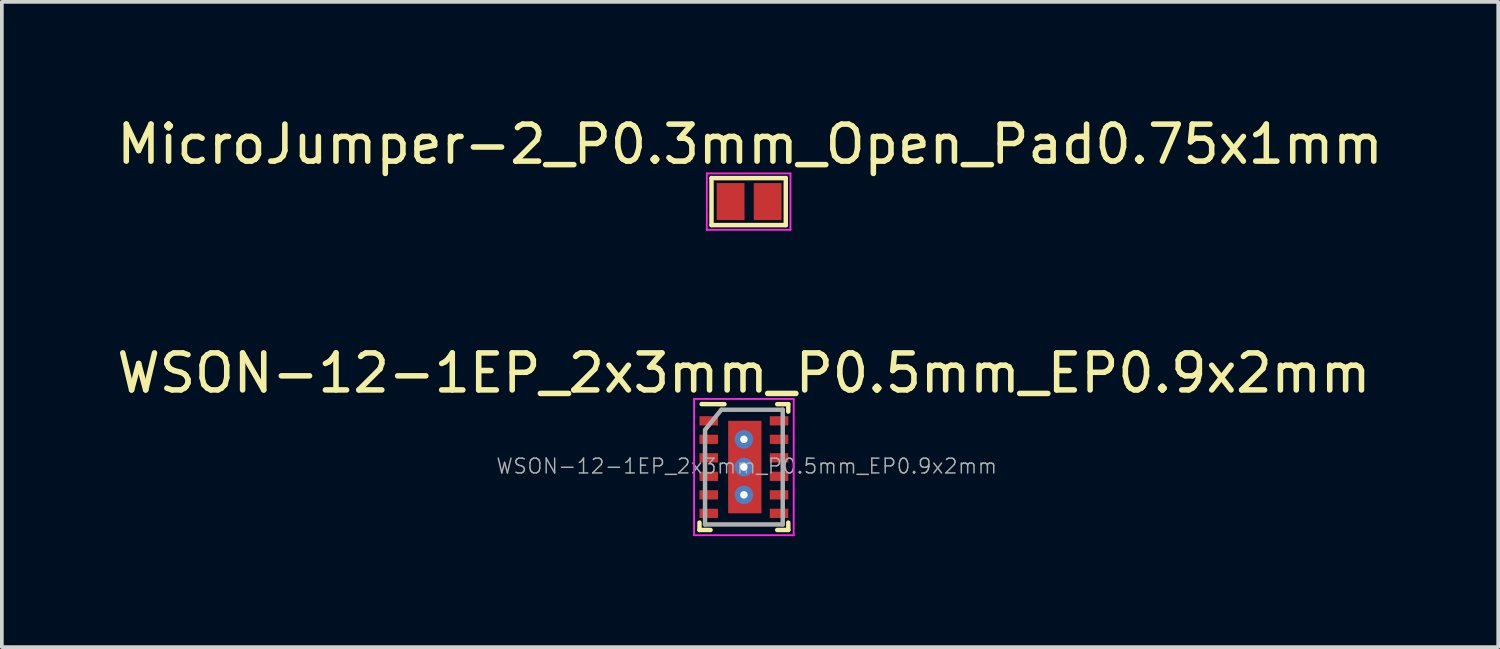
<source format=kicad_pcb>
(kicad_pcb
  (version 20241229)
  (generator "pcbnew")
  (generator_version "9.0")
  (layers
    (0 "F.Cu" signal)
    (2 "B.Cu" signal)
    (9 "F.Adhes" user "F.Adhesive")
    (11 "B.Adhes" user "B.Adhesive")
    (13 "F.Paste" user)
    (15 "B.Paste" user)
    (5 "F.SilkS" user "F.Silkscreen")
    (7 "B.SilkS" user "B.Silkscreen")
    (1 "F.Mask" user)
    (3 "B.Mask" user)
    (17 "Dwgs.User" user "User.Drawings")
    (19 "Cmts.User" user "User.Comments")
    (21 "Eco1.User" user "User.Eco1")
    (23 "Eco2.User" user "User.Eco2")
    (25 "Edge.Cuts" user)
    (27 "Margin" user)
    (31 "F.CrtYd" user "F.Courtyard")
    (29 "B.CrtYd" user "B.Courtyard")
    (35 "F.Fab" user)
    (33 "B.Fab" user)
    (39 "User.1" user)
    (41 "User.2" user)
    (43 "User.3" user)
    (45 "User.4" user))
  (footprint "MicroJumper-2_P0.3mm_Open_Pad0.75x1mm"
    (layer "F.Cu")
    (at 17.195 2.398)
    (property "Reference" "MicroJumper-2_P0.3mm_Open_Pad0.75x1mm" (at 0.025 -1.549 0) (layer "F.SilkS") (effects (font (size 1 1) (thickness 0.15))))
    (attr exclude_from_pos_files exclude_from_bom)
    (fp_line (start -1.016 -0.635) (end 0.991 -0.635) (stroke (width 0.12) (type solid)) (layer "F.SilkS"))
    (fp_line (start -1.016 0.635) (end -1.016 -0.635) (stroke (width 0.12) (type solid)) (layer "F.SilkS"))
    (fp_line (start 0.991 -0.635) (end 0.991 0.635) (stroke (width 0.12) (type solid)) (layer "F.SilkS"))
    (fp_line (start 0.991 0.635) (end -1.016 0.635) (stroke (width 0.12) (type solid)) (layer "F.SilkS"))
    (fp_line (start -1.143 -0.762) (end -1.143 0.762) (stroke (width 0.05) (type solid)) (layer "F.CrtYd"))
    (fp_line (start -1.143 -0.762) (end 1.118 -0.762) (stroke (width 0.05) (type solid)) (layer "F.CrtYd"))
    (fp_line (start 1.118 0.762) (end -1.143 0.762) (stroke (width 0.05) (type solid)) (layer "F.CrtYd"))
    (fp_line (start 1.118 0.762) (end 1.118 -0.762) (stroke (width 0.05) (type solid)) (layer "F.CrtYd"))
    (pad "1" smd rect (at -0.5 0) (size 0.75 1) (layers "F.Cu" "F.Mask"))
    (pad "2" smd rect (at 0.5 0) (size 0.75 1) (layers "F.Cu" "F.Mask")))
  (footprint "WSON-12-1EP_2x3mm_P0.5mm_EP0.9x2mm"
    (layer "F.Cu")
    (at 17.054 9.573)
    (property "Reference" "WSON-12-1EP_2x3mm_P0.5mm_EP0.9x2mm" (at 0 -2.54 0) (layer "F.SilkS") (effects (font (size 1 1) (thickness 0.15))))
    (attr through_hole)
    (fp_line (start -1.2 1.7) (end -1.2 1.5) (stroke (width 0.12) (type solid)) (layer "F.SilkS"))
    (fp_line (start -1.2 1.7) (end -0.9 1.7) (stroke (width 0.12) (type solid)) (layer "F.SilkS"))
    (fp_line (start -1.143 -1.702) (end -0.525 -1.7) (stroke (width 0.12) (type solid)) (layer "F.SilkS"))
    (fp_line (start 0.9 -1.7) (end 1.2 -1.7) (stroke (width 0.12) (type solid)) (layer "F.SilkS"))
    (fp_line (start 0.9 1.7) (end 1.2 1.7) (stroke (width 0.12) (type solid)) (layer "F.SilkS"))
    (fp_line (start 1.2 -1.7) (end 1.2 -1.5) (stroke (width 0.12) (type solid)) (layer "F.SilkS"))
    (fp_line (start 1.2 1.7) (end 1.2 1.5) (stroke (width 0.12) (type solid)) (layer "F.SilkS"))
    (fp_line (start -1.346 -1.841) (end -1.346 1.841) (stroke (width 0.05) (type solid)) (layer "F.CrtYd"))
    (fp_line (start -1.346 -1.841) (end 1.346 -1.841) (stroke (width 0.05) (type solid)) (layer "F.CrtYd"))
    (fp_line (start -1.346 1.841) (end 1.346 1.841) (stroke (width 0.05) (type solid)) (layer "F.CrtYd"))
    (fp_line (start 1.346 -1.841) (end 1.346 1.841) (stroke (width 0.05) (type solid)) (layer "F.CrtYd"))
    (fp_line (start -1.05 1.55) (end -1.05 -1) (stroke (width 0.12) (type solid)) (layer "F.Fab"))
    (fp_line (start -1.05 1.55) (end 1.05 1.55) (stroke (width 0.12) (type solid)) (layer "F.Fab"))
    (fp_line (start -0.61 -1.549) (end -1.041 -1.016) (stroke (width 0.12) (type solid)) (layer "F.Fab"))
    (fp_line (start -0.6 -1.55) (end 1.05 -1.55) (stroke (width 0.12) (type solid)) (layer "F.Fab"))
    (fp_line (start 1.05 1.55) (end 1.05 -1.55) (stroke (width 0.12) (type solid)) (layer "F.Fab"))
    (fp_text user "${REFERENCE}" (at 0.076 -0.025 0) (layer "F.Fab") (effects (font (size 0.4 0.4) (thickness 0.04))))
    (pad "1" smd rect (at -0.95 -1.25 90) (size 0.25 0.5) (layers "F.Cu" "F.Mask" "F.Paste"))
    (pad "2" smd rect (at -0.95 -0.75 90) (size 0.25 0.5) (layers "F.Cu" "F.Mask" "F.Paste"))
    (pad "3" smd rect (at -0.95 -0.25 90) (size 0.25 0.5) (layers "F.Cu" "F.Mask" "F.Paste"))
    (pad "4" smd rect (at -0.95 0.25 90) (size 0.25 0.5) (layers "F.Cu" "F.Mask" "F.Paste"))
    (pad "5" smd rect (at -0.95 0.75 90) (size 0.25 0.5) (layers "F.Cu" "F.Mask" "F.Paste"))
    (pad "6" smd rect (at -0.95 1.25 90) (size 0.25 0.5) (layers "F.Cu" "F.Mask" "F.Paste"))
    (pad "7" smd rect (at 0.95 1.25 90) (size 0.25 0.5) (layers "F.Cu" "F.Mask" "F.Paste"))
    (pad "8" smd rect (at 0.95 0.75 90) (size 0.25 0.5) (layers "F.Cu" "F.Mask" "F.Paste"))
    (pad "9" smd rect (at 0.95 0.25 90) (size 0.25 0.5) (layers "F.Cu" "F.Mask" "F.Paste"))
    (pad "10" smd rect (at 0.95 -0.25 90) (size 0.25 0.5) (layers "F.Cu" "F.Mask" "F.Paste"))
    (pad "11" smd rect (at 0.95 -0.75 90) (size 0.25 0.5) (layers "F.Cu" "F.Mask" "F.Paste"))
    (pad "12" smd rect (at 0.95 -1.25 90) (size 0.25 0.5) (layers "F.Cu" "F.Mask" "F.Paste"))
    (pad "13" thru_hole circle (at 0 0) (size 0.5 0.5) (drill 0.203) (layers "*.Cu" "*.Mask"))
    (pad "13" thru_hole circle (at 0.000003 -0.75) (size 0.5 0.5) (drill 0.203) (layers "*.Cu" "*.Mask"))
    (pad "13" thru_hole circle (at 0.000003 0.75) (size 0.5 0.5) (drill 0.203) (layers "*.Cu" "*.Mask"))
    (pad "13" smd rect (at 0.025 0) (size 0.9 2.5) (layers "F.Cu" "F.Mask" "F.Paste")))
  (gr_rect
    (start -3 -3)
    (end 37.44 14.439)
    (stroke (width 0.1) (type default))
    (fill no)
    (layer "Edge.Cuts")))
</source>
